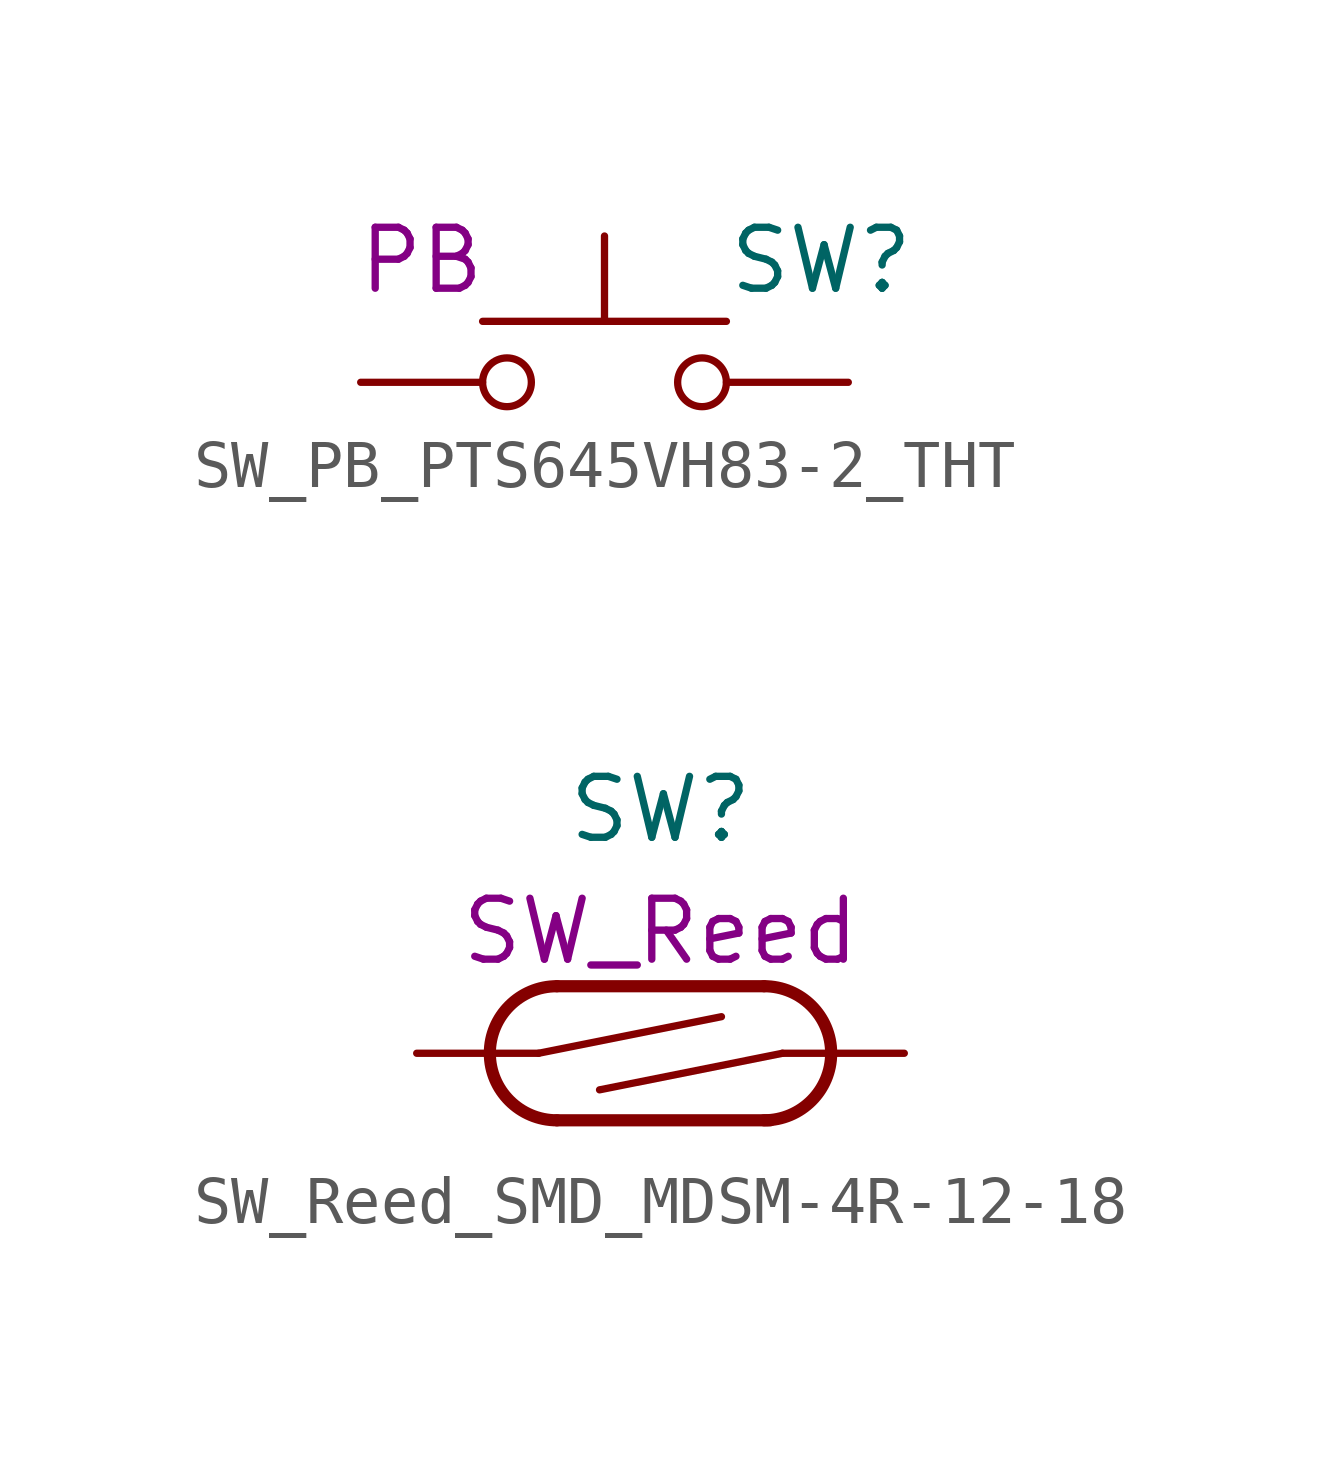
<source format=kicad_sym>
(kicad_symbol_lib
  (version 20211014)
  (generator kicad_symbol_editor)
  (symbol "SW_PB_PTS645VH83-2_THT"
    (pin_numbers hide)
    (pin_names
      (offset 1.016) hide)
    (property "Reference" "SW"
      (at 2.54 2.54 0)
      (effects (font (size 1.27 1.27)) (justify left)))
    (property "UserValue" "PB"
      (at -3.81 2.54 0)
      (effects (font (size 1.27 1.27))))
    (symbol "SW_PB_PTS645VH83-2_THT_0_1"
      (circle (center -2.032 0) (radius 0.508) (stroke (width 0) (type default) (color 0 0 0 0)) (fill (type none)))
      (polyline (pts (xy 0 1.27) (xy 0 3.048)) (stroke (width 0) (type default) (color 0 0 0 0)) (fill (type none)))
      (polyline (pts (xy 2.54 1.27) (xy -2.54 1.27)) (stroke (width 0) (type default) (color 0 0 0 0)) (fill (type none)))
      (circle (center 2.032 0) (radius 0.508) (stroke (width 0) (type default) (color 0 0 0 0)) (fill (type none)))
      (pin passive line (at -5.08 0 0) (length 2.54) (name "1" (effects (font (size 1.27 1.27)))) (number "1" (effects (font (size 1.27 1.27)))))
      (pin passive line (at 5.08 0 180) (length 2.54) (name "2" (effects (font (size 1.27 1.27)))) (number "2" (effects (font (size 1.27 1.27)))))))
  (symbol "SW_Reed_SMD_MDSM-4R-12-18"
    (pin_numbers hide)
    (pin_names
      (offset 0) hide)
    (property "Reference" "SW"
      (at 0 5.08 0)
      (effects (font (size 1.27 1.27))))
    (property "UserValue" "SW_Reed"
      (at 0 2.54 0)
      (effects (font (size 1.27 1.27))))
    (symbol "SW_Reed_SMD_MDSM-4R-12-18_0_0"
      (arc (start -2.159 1.397) (mid -3.556 0) (end -2.159 -1.397) (stroke (width 0.254) (type default) (color 0 0 0 0)) (fill (type none)))
      (polyline (pts (xy -2.54 0) (xy 1.27 0.762)) (stroke (width 0) (type default) (color 0 0 0 0)) (fill (type none)))
      (polyline (pts (xy -2.159 -1.397) (xy 2.286 -1.397)) (stroke (width 0.254) (type default) (color 0 0 0 0)) (fill (type none)))
      (polyline (pts (xy 2.159 1.397) (xy -2.159 1.397)) (stroke (width 0.254) (type default) (color 0 0 0 0)) (fill (type none)))
      (polyline (pts (xy 2.54 0) (xy -1.27 -0.762)) (stroke (width 0) (type default) (color 0 0 0 0)) (fill (type none)))
      (arc (start 2.159 -1.397) (mid 3.556 0) (end 2.159 1.397) (stroke (width 0.254) (type default) (color 0 0 0 0)) (fill (type none))))
    (symbol "SW_Reed_SMD_MDSM-4R-12-18_1_1"
      (pin passive line (at -5.08 0 0) (length 2.54) (name "1" (effects (font (size 1.27 1.27)))) (number "1" (effects (font (size 1.27 1.27)))))
      (pin passive line (at 5.08 0 180) (length 2.54) (name "2" (effects (font (size 1.27 1.27)))) (number "2" (effects (font (size 1.27 1.27))))))))
</source>
